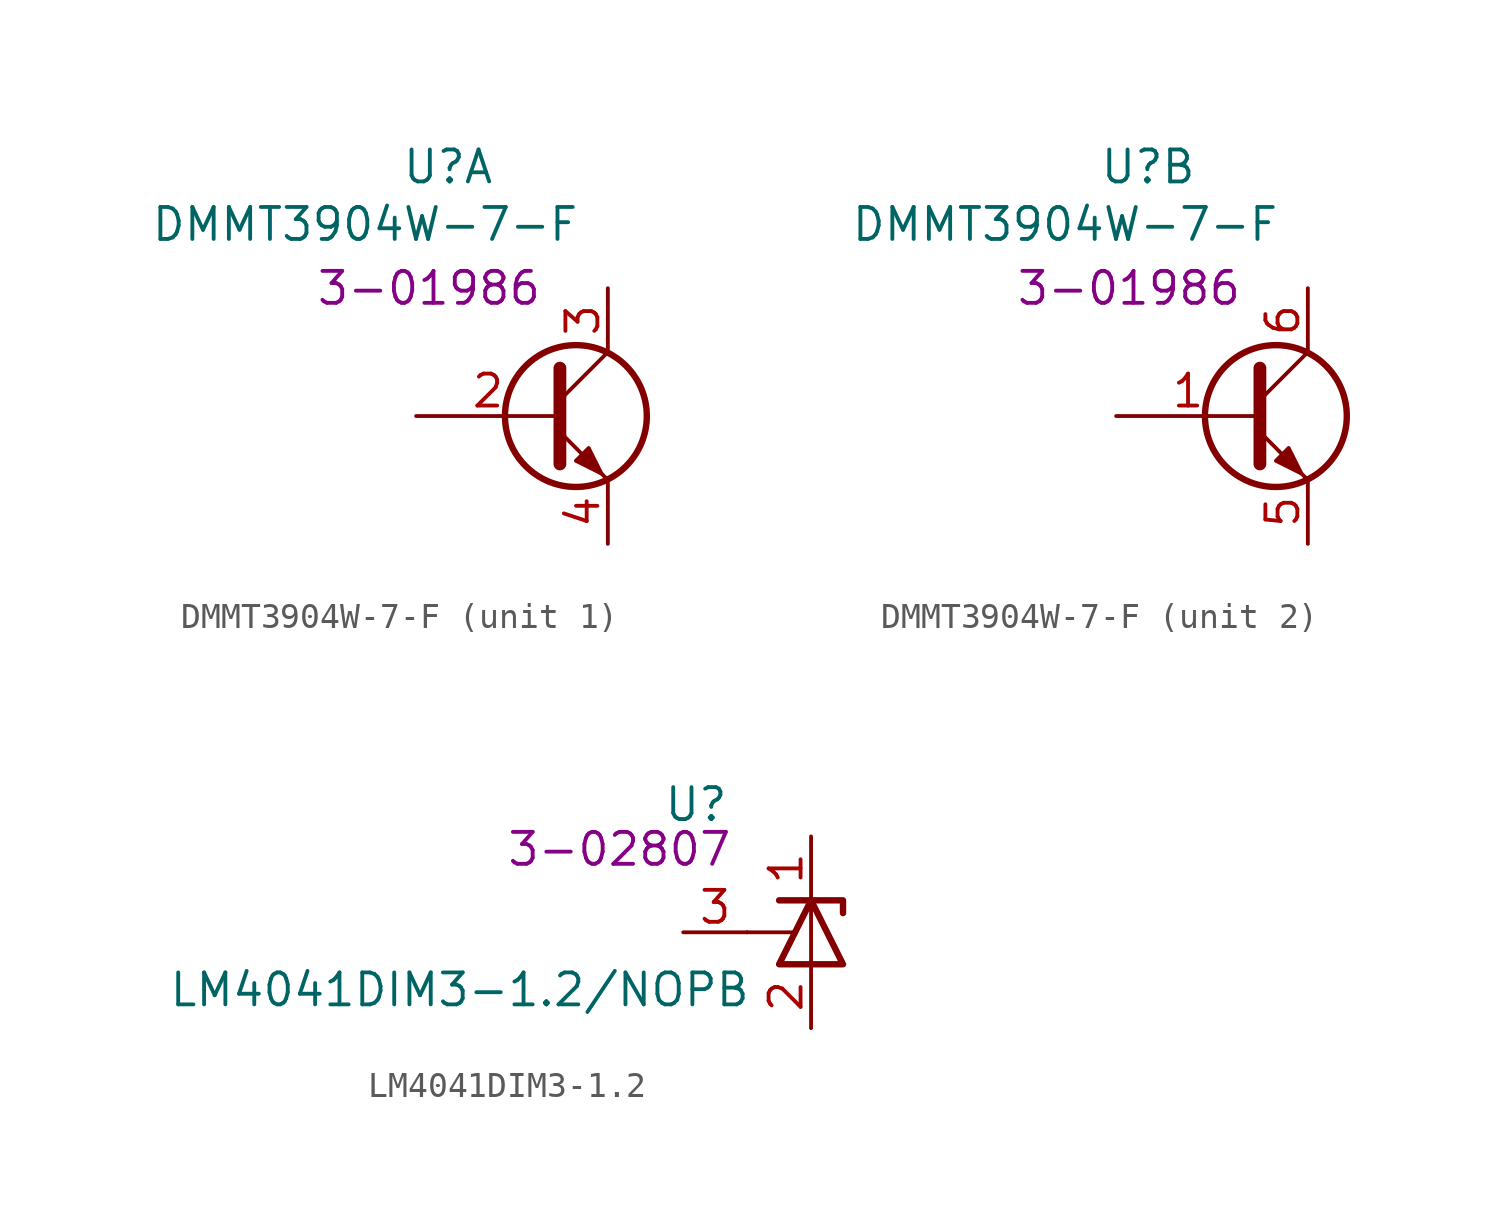
<source format=kicad_sym>
(kicad_symbol_lib
  (version 20231120)
  (generator "kicad_symbol_editor")
  (generator_version "8.0")
  (symbol "DMMT3904W-7-F"
    (property "Reference" "U"
      (at -1.27 6.096 0)
      (effects (font (size 1.27 1.27))))
    (property "Value" "DMMT3904W-7-F"
      (at -4.572 3.81 0)
      (effects (font (size 1.27 1.27))))
    (property "SRS" "3-01986"
      (at -2.032 1.27 0)
      (effects (font (size 1.27 1.27))))
    (symbol "DMMT3904W-7-F_0_1"
      (polyline (pts (xy 3.175 -3.175) (xy 5.08 -1.27)) (stroke (width 0) (type default)) (fill (type none)))
      (polyline (pts (xy 3.175 -4.445) (xy 5.08 -6.35) (xy 5.08 -6.35)) (stroke (width 0) (type default)) (fill (type none)))
      (polyline (pts (xy 3.175 -1.905) (xy 3.175 -5.715) (xy 3.175 -5.715)) (stroke (width 0.508) (type default)) (fill (type none)))
      (polyline (pts (xy 3.81 -5.588) (xy 4.318 -5.08) (xy 4.826 -6.096) (xy 3.81 -5.588) (xy 3.81 -5.588)) (stroke (width 0) (type default)) (fill (type outline)))
      (circle (center 3.81 -3.81) (radius 2.819) (stroke (width 0.254) (type default)) (fill (type none))))
    (symbol "DMMT3904W-7-F_1_1"
      (pin passive line (at -2.54 -3.81 0) (length 5.715) (name "" (effects (font (size 1.27 1.27)))) (number "2" (effects (font (size 1.27 1.27)))))
      (pin passive line (at 5.08 1.27 270) (length 2.54) (name "" (effects (font (size 1.27 1.27)))) (number "3" (effects (font (size 1.27 1.27)))))
      (pin passive line (at 5.08 -8.89 90) (length 2.54) (name "" (effects (font (size 1.27 1.27)))) (number "4" (effects (font (size 1.27 1.27))))))
    (symbol "DMMT3904W-7-F_2_1"
      (pin passive line (at -2.54 -3.81 0) (length 5.715) (name "" (effects (font (size 1.27 1.27)))) (number "1" (effects (font (size 1.27 1.27)))))
      (pin passive line (at 5.08 -8.89 90) (length 2.54) (name "" (effects (font (size 1.27 1.27)))) (number "5" (effects (font (size 1.27 1.27)))))
      (pin passive line (at 5.08 1.27 270) (length 2.54) (name "" (effects (font (size 1.27 1.27)))) (number "6" (effects (font (size 1.27 1.27)))))))
  (symbol "LM4041DIM3-1.2"
    (property "Reference" "U"
      (at 1.778 1.27 0)
      (effects (font (size 1.27 1.27))))
    (property "Value" "LM4041DIM3-1.2/NOPB"
      (at -7.62 -6.096 0)
      (effects (font (size 1.27 1.27))))
    (property "SRS" "3-02807"
      (at -1.27 -0.508 0)
      (effects (font (size 1.27 1.27))))
    (symbol "LM4041DIM3-1.2_0_1"
      (polyline (pts (xy 3.81 -3.81) (xy 5.715 -3.81)) (stroke (width 0) (type default)) (fill (type none)))
      (polyline (pts (xy 6.35 -5.08) (xy 6.35 -2.54)) (stroke (width 0) (type default)) (fill (type none)))
      (polyline (pts (xy 5.08 -2.54) (xy 7.62 -2.54) (xy 7.62 -3.048)) (stroke (width 0.254) (type default)) (fill (type none)))
      (polyline (pts (xy 5.08 -5.08) (xy 7.62 -5.08) (xy 6.35 -2.54) (xy 5.08 -5.08)) (stroke (width 0.254) (type default)) (fill (type none))))
    (symbol "LM4041DIM3-1.2_1_1"
      (pin passive line (at 6.35 0 270) (length 2.54) (name "" (effects (font (size 1.27 1.27)))) (number "1" (effects (font (size 1.27 1.27)))))
      (pin passive line (at 6.35 -7.62 90) (length 2.54) (name "" (effects (font (size 1.27 1.27)))) (number "2" (effects (font (size 1.27 1.27)))))
      (pin passive line (at 1.27 -3.81 0) (length 2.54) (name "" (effects (font (size 1.27 1.27)))) (number "3" (effects (font (size 1.27 1.27))))))))
</source>
